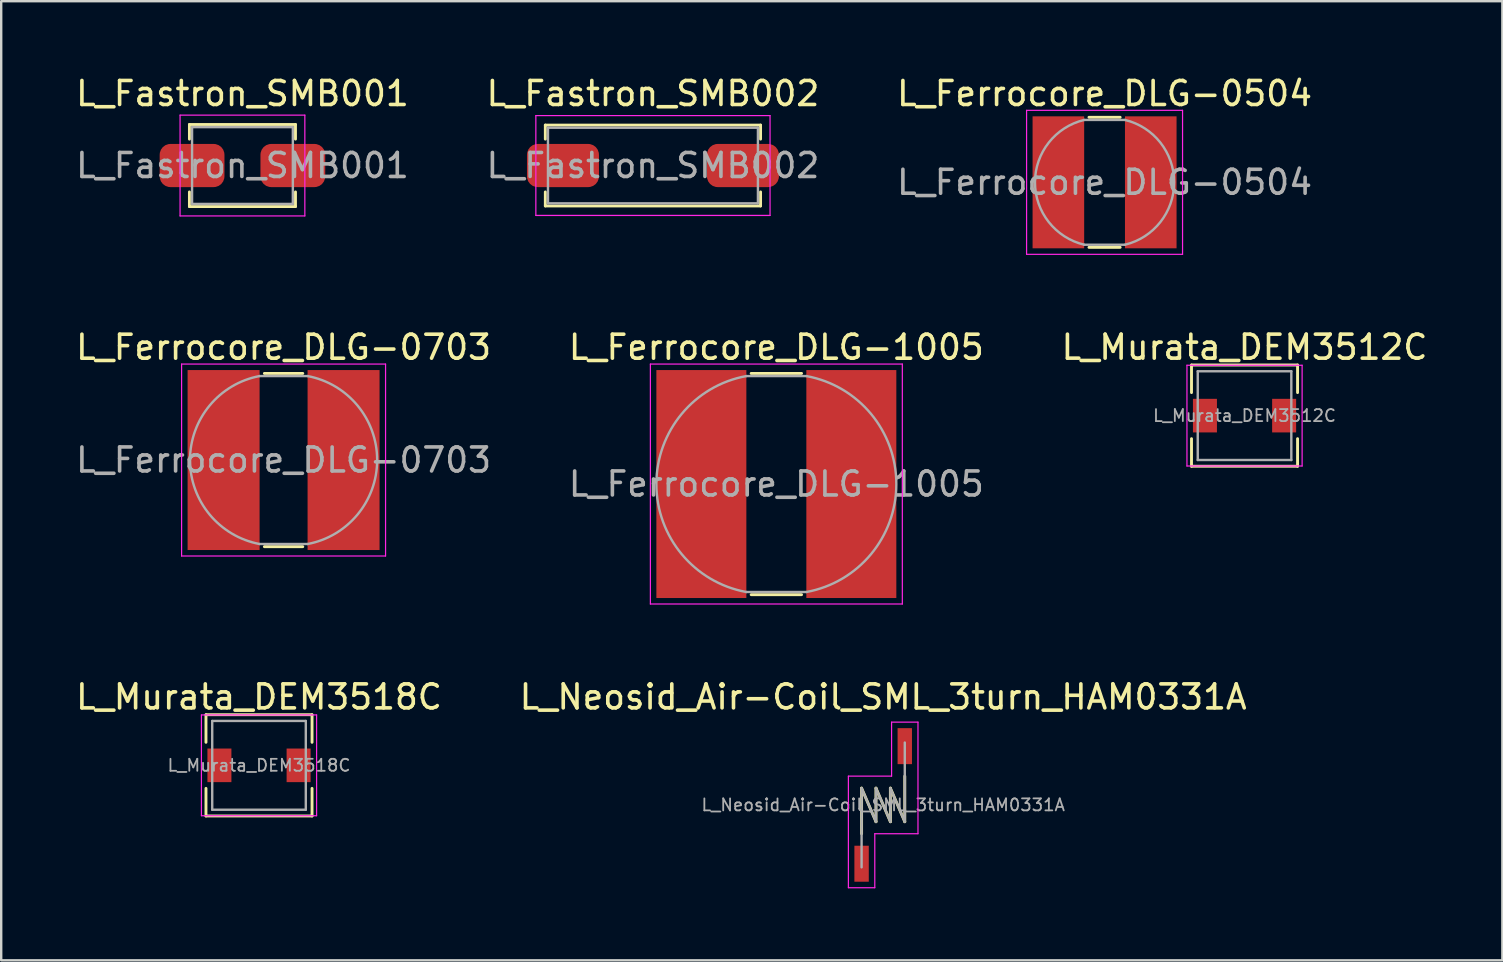
<source format=kicad_pcb>
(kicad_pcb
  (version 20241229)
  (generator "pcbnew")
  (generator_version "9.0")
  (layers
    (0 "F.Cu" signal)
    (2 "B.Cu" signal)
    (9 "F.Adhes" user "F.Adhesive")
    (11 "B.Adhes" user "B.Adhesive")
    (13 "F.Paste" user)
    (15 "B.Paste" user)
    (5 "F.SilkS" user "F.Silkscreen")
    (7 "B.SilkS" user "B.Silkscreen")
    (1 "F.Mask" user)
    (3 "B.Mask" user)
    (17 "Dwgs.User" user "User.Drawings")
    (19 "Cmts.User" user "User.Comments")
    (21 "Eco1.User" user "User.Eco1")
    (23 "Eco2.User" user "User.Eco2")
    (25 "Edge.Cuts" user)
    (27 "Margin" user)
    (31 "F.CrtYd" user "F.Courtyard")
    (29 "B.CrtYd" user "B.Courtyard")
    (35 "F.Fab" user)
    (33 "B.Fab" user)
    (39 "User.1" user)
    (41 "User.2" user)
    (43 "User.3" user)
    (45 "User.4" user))
  (footprint "L_Neosid_Air-Coil_SML_3turn_HAM0331A"
    (layer "F.Cu")
    (at 33.756 30.495)
    (property "Reference" "L_Neosid_Air-Coil_SML_3turn_HAM0331A" (at 0 -4.5 0) (layer "F.SilkS") (effects (font (size 1 1) (thickness 0.15))))
    (attr smd)
    (fp_line (start -0.9 -0.7) (end -0.3 0.7) (stroke (width 0.12) (type solid)) (layer "F.SilkS"))
    (fp_line (start -0.9 1.2) (end -0.9 -0.7) (stroke (width 0.12) (type solid)) (layer "F.SilkS"))
    (fp_line (start -0.3 -0.7) (end 0.3 0.7) (stroke (width 0.12) (type solid)) (layer "F.SilkS"))
    (fp_line (start -0.3 0.7) (end -0.3 -0.7) (stroke (width 0.12) (type solid)) (layer "F.SilkS"))
    (fp_line (start 0.3 -0.7) (end 0.9 0.7) (stroke (width 0.12) (type solid)) (layer "F.SilkS"))
    (fp_line (start 0.3 0.7) (end 0.3 -0.7) (stroke (width 0.12) (type solid)) (layer "F.SilkS"))
    (fp_line (start 0.9 -1.2) (end 0.9 0.7) (stroke (width 0.12) (type solid)) (layer "F.SilkS"))
    (fp_line (start -1.45 -1.2) (end -1.45 3.45) (stroke (width 0.05) (type solid)) (layer "F.CrtYd"))
    (fp_line (start -1.45 3.45) (end -0.35 3.45) (stroke (width 0.05) (type solid)) (layer "F.CrtYd"))
    (fp_line (start -0.35 1.2) (end 1.45 1.2) (stroke (width 0.05) (type solid)) (layer "F.CrtYd"))
    (fp_line (start -0.35 3.45) (end -0.35 1.2) (stroke (width 0.05) (type solid)) (layer "F.CrtYd"))
    (fp_line (start 0.35 -3.45) (end 0.35 -1.2) (stroke (width 0.05) (type solid)) (layer "F.CrtYd"))
    (fp_line (start 0.35 -1.2) (end -1.45 -1.2) (stroke (width 0.05) (type solid)) (layer "F.CrtYd"))
    (fp_line (start 1.45 -3.45) (end 0.35 -3.45) (stroke (width 0.05) (type solid)) (layer "F.CrtYd"))
    (fp_line (start 1.45 1.2) (end 1.45 -3.45) (stroke (width 0.05) (type solid)) (layer "F.CrtYd"))
    (fp_line (start -0.9 -0.7) (end -0.3 0.7) (stroke (width 0.1) (type solid)) (layer "F.Fab"))
    (fp_line (start -0.9 2.6) (end -0.9 -0.7) (stroke (width 0.1) (type solid)) (layer "F.Fab"))
    (fp_line (start -0.3 -0.7) (end 0.3 0.7) (stroke (width 0.1) (type solid)) (layer "F.Fab"))
    (fp_line (start -0.3 0.7) (end -0.3 -0.7) (stroke (width 0.1) (type solid)) (layer "F.Fab"))
    (fp_line (start 0.3 -0.7) (end 0.9 0.7) (stroke (width 0.1) (type solid)) (layer "F.Fab"))
    (fp_line (start 0.3 0.7) (end 0.3 -0.7) (stroke (width 0.1) (type solid)) (layer "F.Fab"))
    (fp_line (start 0.9 0.7) (end 0.9 -2.6) (stroke (width 0.1) (type solid)) (layer "F.Fab"))
    (fp_text user "${REFERENCE}" (at 0 0 0) (layer "F.Fab") (effects (font (size 0.5 0.5) (thickness 0.075))))
    (pad "1" smd rect (at -0.9 2.45) (size 0.6 1.5) (layers "F.Cu" "F.Mask" "F.Paste"))
    (pad "2" smd rect (at 0.9 -2.45) (size 0.6 1.5) (layers "F.Cu" "F.Mask" "F.Paste")))
  (footprint "L_Ferrocore_DLG-1005"
    (layer "F.Cu")
    (at 29.304 17.122)
    (property "Reference" "L_Ferrocore_DLG-1005" (at 0 -5.7 0) (layer "F.SilkS") (effects (font (size 1 1) (thickness 0.15))))
    (attr smd)
    (fp_line (start -1.05 -4.61) (end 1.05 -4.61) (stroke (width 0.12) (type solid)) (layer "F.SilkS"))
    (fp_line (start -1.05 4.61) (end 1.05 4.61) (stroke (width 0.12) (type solid)) (layer "F.SilkS"))
    (fp_line (start -5.25 -5) (end -5.25 5) (stroke (width 0.05) (type solid)) (layer "F.CrtYd"))
    (fp_line (start -5.25 5) (end 5.25 5) (stroke (width 0.05) (type solid)) (layer "F.CrtYd"))
    (fp_line (start 5.25 -5) (end -5.25 -5) (stroke (width 0.05) (type solid)) (layer "F.CrtYd"))
    (fp_line (start 5.25 5) (end 5.25 -5) (stroke (width 0.05) (type solid)) (layer "F.CrtYd"))
    (fp_line (start -1.25 -4.5) (end 1.25 -4.5) (stroke (width 0.1) (type solid)) (layer "F.Fab"))
    (fp_line (start -1.25 4.5) (end 1.25 4.5) (stroke (width 0.1) (type solid)) (layer "F.Fab"))
    (fp_arc (start -1.25 4.5) (mid -5 0) (end -1.25 -4.5) (stroke (width 0.1) (type solid)) (layer "F.Fab"))
    (fp_arc (start 1.25 -4.5) (mid 5 0) (end 1.25 4.5) (stroke (width 0.1) (type solid)) (layer "F.Fab"))
    (fp_text user "${REFERENCE}" (at 0 0 0) (layer "F.Fab") (effects (font (size 1 1) (thickness 0.15))))
    (pad "1" smd rect (at -3.125 0) (size 3.75 9.5) (layers "F.Cu" "F.Mask" "F.Paste"))
    (pad "2" smd rect (at 3.125 0) (size 3.75 9.5) (layers "F.Cu" "F.Mask" "F.Paste")))
  (footprint "L_Ferrocore_DLG-0504"
    (layer "F.Cu")
    (at 42.982 4.548)
    (property "Reference" "L_Ferrocore_DLG-0504" (at 0 -3.7 0) (layer "F.SilkS") (effects (font (size 1 1) (thickness 0.15))))
    (attr smd)
    (fp_line (start -0.65 -2.71) (end 0.65 -2.71) (stroke (width 0.12) (type solid)) (layer "F.SilkS"))
    (fp_line (start -0.65 2.71) (end 0.65 2.71) (stroke (width 0.12) (type solid)) (layer "F.SilkS"))
    (fp_line (start -3.25 -3) (end -3.25 3) (stroke (width 0.05) (type solid)) (layer "F.CrtYd"))
    (fp_line (start -3.25 3) (end 3.25 3) (stroke (width 0.05) (type solid)) (layer "F.CrtYd"))
    (fp_line (start 3.25 -3) (end -3.25 -3) (stroke (width 0.05) (type solid)) (layer "F.CrtYd"))
    (fp_line (start 3.25 3) (end 3.25 -3) (stroke (width 0.05) (type solid)) (layer "F.CrtYd"))
    (fp_line (start -0.85 -2.6) (end 0.85 -2.6) (stroke (width 0.1) (type solid)) (layer "F.Fab"))
    (fp_line (start -0.85 2.6) (end 0.85 2.6) (stroke (width 0.1) (type solid)) (layer "F.Fab"))
    (fp_arc (start -0.85 2.6) (mid -2.9 0) (end -0.85 -2.6) (stroke (width 0.1) (type solid)) (layer "F.Fab"))
    (fp_arc (start 0.85 -2.6) (mid 2.9 0) (end 0.85 2.6) (stroke (width 0.1) (type solid)) (layer "F.Fab"))
    (fp_text user "${REFERENCE}" (at 0 0 0) (layer "F.Fab") (effects (font (size 1 1) (thickness 0.15))))
    (pad "1" smd rect (at -1.925 0) (size 2.15 5.5) (layers "F.Cu" "F.Mask" "F.Paste"))
    (pad "2" smd rect (at 1.925 0) (size 2.15 5.5) (layers "F.Cu" "F.Mask" "F.Paste")))
  (footprint "L_Fastron_SMB001"
    (layer "F.Cu")
    (at 7.054 3.848)
    (property "Reference" "L_Fastron_SMB001" (at 0 -3 0) (layer "F.SilkS") (effects (font (size 1 1) (thickness 0.15))))
    (attr smd)
    (fp_line (start -2.21 -1.71) (end 2.21 -1.71) (stroke (width 0.12) (type solid)) (layer "F.SilkS"))
    (fp_line (start -2.21 -1.1) (end -2.21 -1.71) (stroke (width 0.12) (type solid)) (layer "F.SilkS"))
    (fp_line (start -2.21 1.1) (end -2.21 1.71) (stroke (width 0.12) (type solid)) (layer "F.SilkS"))
    (fp_line (start -2.21 1.71) (end 2.21 1.71) (stroke (width 0.12) (type solid)) (layer "F.SilkS"))
    (fp_line (start 2.21 -1.71) (end 2.21 -1.1) (stroke (width 0.12) (type solid)) (layer "F.SilkS"))
    (fp_line (start 2.21 1.71) (end 2.21 1.1) (stroke (width 0.12) (type solid)) (layer "F.SilkS"))
    (fp_line (start -2.6 -2.1) (end -2.6 2.1) (stroke (width 0.05) (type solid)) (layer "F.CrtYd"))
    (fp_line (start -2.6 2.1) (end 2.6 2.1) (stroke (width 0.05) (type solid)) (layer "F.CrtYd"))
    (fp_line (start 2.6 -2.1) (end -2.6 -2.1) (stroke (width 0.05) (type solid)) (layer "F.CrtYd"))
    (fp_line (start 2.6 2.1) (end 2.6 -2.1) (stroke (width 0.05) (type solid)) (layer "F.CrtYd"))
    (fp_line (start -2.1 -1.6) (end -2.1 1.6) (stroke (width 0.1) (type solid)) (layer "F.Fab"))
    (fp_line (start -2.1 1.6) (end 2.1 1.6) (stroke (width 0.1) (type solid)) (layer "F.Fab"))
    (fp_line (start 2.1 -1.6) (end -2.1 -1.6) (stroke (width 0.1) (type solid)) (layer "F.Fab"))
    (fp_line (start 2.1 1.6) (end 2.1 -1.6) (stroke (width 0.1) (type solid)) (layer "F.Fab"))
    (fp_text user "${REFERENCE}" (at 0 0 0) (layer "F.Fab") (effects (font (size 1 1) (thickness 0.15))))
    (pad "1" smd roundrect (at -2.1 0) (size 2.7 1.8) (layers "F.Cu" "F.Mask" "F.Paste") (roundrect_rratio 0.25))
    (pad "2" smd roundrect (at 2.1 0) (size 2.7 1.8) (layers "F.Cu" "F.Mask" "F.Paste") (roundrect_rratio 0.25)))
  (footprint "L_Ferrocore_DLG-0703"
    (layer "F.Cu")
    (at 8.768 16.122)
    (property "Reference" "L_Ferrocore_DLG-0703" (at 0 -4.7 0) (layer "F.SilkS") (effects (font (size 1 1) (thickness 0.15))))
    (attr smd)
    (fp_line (start -0.8 -3.61) (end 0.8 -3.61) (stroke (width 0.12) (type solid)) (layer "F.SilkS"))
    (fp_line (start -0.8 3.61) (end 0.8 3.61) (stroke (width 0.12) (type solid)) (layer "F.SilkS"))
    (fp_line (start -4.25 -4) (end -4.25 4) (stroke (width 0.05) (type solid)) (layer "F.CrtYd"))
    (fp_line (start -4.25 4) (end 4.25 4) (stroke (width 0.05) (type solid)) (layer "F.CrtYd"))
    (fp_line (start 4.25 -4) (end -4.25 -4) (stroke (width 0.05) (type solid)) (layer "F.CrtYd"))
    (fp_line (start 4.25 4) (end 4.25 -4) (stroke (width 0.05) (type solid)) (layer "F.CrtYd"))
    (fp_line (start -1 -3.5) (end 1 -3.5) (stroke (width 0.1) (type solid)) (layer "F.Fab"))
    (fp_line (start -1 3.5) (end 1 3.5) (stroke (width 0.1) (type solid)) (layer "F.Fab"))
    (fp_arc (start -1 3.5) (mid -3.9 0) (end -1 -3.5) (stroke (width 0.1) (type solid)) (layer "F.Fab"))
    (fp_arc (start 1 -3.5) (mid 3.9 0) (end 1 3.5) (stroke (width 0.1) (type solid)) (layer "F.Fab"))
    (fp_text user "${REFERENCE}" (at 0 0 0) (layer "F.Fab") (effects (font (size 1 1) (thickness 0.15))))
    (pad "1" smd rect (at -2.5 0) (size 3 7.5) (layers "F.Cu" "F.Mask" "F.Paste"))
    (pad "2" smd rect (at 2.5 0) (size 3 7.5) (layers "F.Cu" "F.Mask" "F.Paste")))
  (footprint "L_Murata_DEM3512C"
    (layer "F.Cu")
    (at 48.815 14.271)
    (property "Reference" "L_Murata_DEM3512C" (at 0 -2.85 0) (layer "F.SilkS") (effects (font (size 1 1) (thickness 0.15))))
    (attr smd)
    (fp_line (start -2.21 -2.11) (end -2.21 -0.96) (stroke (width 0.12) (type solid)) (layer "F.SilkS"))
    (fp_line (start -2.21 -2.11) (end 2.21 -2.11) (stroke (width 0.12) (type solid)) (layer "F.SilkS"))
    (fp_line (start -2.21 2.11) (end -2.21 0.96) (stroke (width 0.12) (type solid)) (layer "F.SilkS"))
    (fp_line (start -2.21 2.11) (end 2.21 2.11) (stroke (width 0.12) (type solid)) (layer "F.SilkS"))
    (fp_line (start 2.21 -2.11) (end 2.21 -0.96) (stroke (width 0.12) (type solid)) (layer "F.SilkS"))
    (fp_line (start 2.21 2.11) (end 2.21 0.96) (stroke (width 0.12) (type solid)) (layer "F.SilkS"))
    (fp_line (start -2.4 -2.1) (end -2.4 2.1) (stroke (width 0.05) (type solid)) (layer "F.CrtYd"))
    (fp_line (start -2.4 2.1) (end 2.4 2.1) (stroke (width 0.05) (type solid)) (layer "F.CrtYd"))
    (fp_line (start 2.4 -2.1) (end -2.4 -2.1) (stroke (width 0.05) (type solid)) (layer "F.CrtYd"))
    (fp_line (start 2.4 2.1) (end 2.4 -2.1) (stroke (width 0.05) (type solid)) (layer "F.CrtYd"))
    (fp_line (start -1.95 -1.85) (end -1.95 1.85) (stroke (width 0.1) (type solid)) (layer "F.Fab"))
    (fp_line (start -1.95 1.85) (end 1.95 1.85) (stroke (width 0.1) (type solid)) (layer "F.Fab"))
    (fp_line (start 1.95 -1.85) (end -1.95 -1.85) (stroke (width 0.1) (type solid)) (layer "F.Fab"))
    (fp_line (start 1.95 1.85) (end 1.95 -1.85) (stroke (width 0.1) (type solid)) (layer "F.Fab"))
    (fp_text user "${REFERENCE}" (at 0 0 0) (layer "F.Fab") (effects (font (size 0.5 0.5) (thickness 0.075))))
    (pad "1" smd rect (at -1.65 0) (size 1 1.4) (layers "F.Cu" "F.Mask" "F.Paste"))
    (pad "2" smd rect (at 1.65 0) (size 1 1.4) (layers "F.Cu" "F.Mask" "F.Paste")))
  (footprint "L_Fastron_SMB002"
    (layer "F.Cu")
    (at 24.161 3.848)
    (property "Reference" "L_Fastron_SMB002" (at 0 -3 0) (layer "F.SilkS") (effects (font (size 1 1) (thickness 0.15))))
    (attr smd)
    (fp_line (start -4.485 -1.685) (end 4.485 -1.685) (stroke (width 0.12) (type solid)) (layer "F.SilkS"))
    (fp_line (start -4.485 -1.1) (end -4.485 -1.685) (stroke (width 0.12) (type solid)) (layer "F.SilkS"))
    (fp_line (start -4.485 1.1) (end -4.485 1.685) (stroke (width 0.12) (type solid)) (layer "F.SilkS"))
    (fp_line (start -4.485 1.685) (end 4.485 1.685) (stroke (width 0.12) (type solid)) (layer "F.SilkS"))
    (fp_line (start 4.485 -1.685) (end 4.485 -1.1) (stroke (width 0.12) (type solid)) (layer "F.SilkS"))
    (fp_line (start 4.485 1.685) (end 4.485 1.1) (stroke (width 0.12) (type solid)) (layer "F.SilkS"))
    (fp_line (start -4.88 -2.08) (end -4.88 2.08) (stroke (width 0.05) (type solid)) (layer "F.CrtYd"))
    (fp_line (start -4.88 2.08) (end 4.88 2.08) (stroke (width 0.05) (type solid)) (layer "F.CrtYd"))
    (fp_line (start 4.88 -2.08) (end -4.88 -2.08) (stroke (width 0.05) (type solid)) (layer "F.CrtYd"))
    (fp_line (start 4.88 2.08) (end 4.88 -2.08) (stroke (width 0.05) (type solid)) (layer "F.CrtYd"))
    (fp_line (start -4.375 -1.575) (end -4.375 1.575) (stroke (width 0.1) (type solid)) (layer "F.Fab"))
    (fp_line (start -4.375 1.575) (end 4.375 1.575) (stroke (width 0.1) (type solid)) (layer "F.Fab"))
    (fp_line (start 4.375 -1.575) (end -4.375 -1.575) (stroke (width 0.1) (type solid)) (layer "F.Fab"))
    (fp_line (start 4.375 1.575) (end 4.375 -1.575) (stroke (width 0.1) (type solid)) (layer "F.Fab"))
    (fp_text user "${REFERENCE}" (at 0 0 0) (layer "F.Fab") (effects (font (size 1 1) (thickness 0.15))))
    (pad "1" smd roundrect (at -3.75 0) (size 3 1.8) (layers "F.Cu" "F.Mask" "F.Paste") (roundrect_rratio 0.25))
    (pad "2" smd roundrect (at 3.75 0) (size 3 1.8) (layers "F.Cu" "F.Mask" "F.Paste") (roundrect_rratio 0.25)))
  (footprint "L_Murata_DEM3518C"
    (layer "F.Cu")
    (at 7.744 28.845)
    (property "Reference" "L_Murata_DEM3518C" (at 0 -2.85 0) (layer "F.SilkS") (effects (font (size 1 1) (thickness 0.15))))
    (attr smd)
    (fp_line (start -2.21 -2.11) (end -2.21 -0.96) (stroke (width 0.12) (type solid)) (layer "F.SilkS"))
    (fp_line (start -2.21 -2.11) (end 2.21 -2.11) (stroke (width 0.12) (type solid)) (layer "F.SilkS"))
    (fp_line (start -2.21 2.11) (end -2.21 0.96) (stroke (width 0.12) (type solid)) (layer "F.SilkS"))
    (fp_line (start -2.21 2.11) (end 2.21 2.11) (stroke (width 0.12) (type solid)) (layer "F.SilkS"))
    (fp_line (start 2.21 -2.11) (end 2.21 -0.96) (stroke (width 0.12) (type solid)) (layer "F.SilkS"))
    (fp_line (start 2.21 2.11) (end 2.21 0.96) (stroke (width 0.12) (type solid)) (layer "F.SilkS"))
    (fp_line (start -2.4 -2.1) (end -2.4 2.1) (stroke (width 0.05) (type solid)) (layer "F.CrtYd"))
    (fp_line (start -2.4 2.1) (end 2.4 2.1) (stroke (width 0.05) (type solid)) (layer "F.CrtYd"))
    (fp_line (start 2.4 -2.1) (end -2.4 -2.1) (stroke (width 0.05) (type solid)) (layer "F.CrtYd"))
    (fp_line (start 2.4 2.1) (end 2.4 -2.1) (stroke (width 0.05) (type solid)) (layer "F.CrtYd"))
    (fp_line (start -1.95 -1.85) (end -1.95 1.85) (stroke (width 0.1) (type solid)) (layer "F.Fab"))
    (fp_line (start -1.95 1.85) (end 1.95 1.85) (stroke (width 0.1) (type solid)) (layer "F.Fab"))
    (fp_line (start 1.95 -1.85) (end -1.95 -1.85) (stroke (width 0.1) (type solid)) (layer "F.Fab"))
    (fp_line (start 1.95 1.85) (end 1.95 -1.85) (stroke (width 0.1) (type solid)) (layer "F.Fab"))
    (fp_text user "${REFERENCE}" (at 0 0 0) (layer "F.Fab") (effects (font (size 0.5 0.5) (thickness 0.075))))
    (pad "1" smd rect (at -1.65 0) (size 1 1.4) (layers "F.Cu" "F.Mask" "F.Paste"))
    (pad "2" smd rect (at 1.65 0) (size 1 1.4) (layers "F.Cu" "F.Mask" "F.Paste")))
  (gr_rect
    (start -3 -3)
    (end 59.56 36.97)
    (stroke (width 0.1) (type default))
    (fill no)
    (layer "Edge.Cuts")))
</source>
